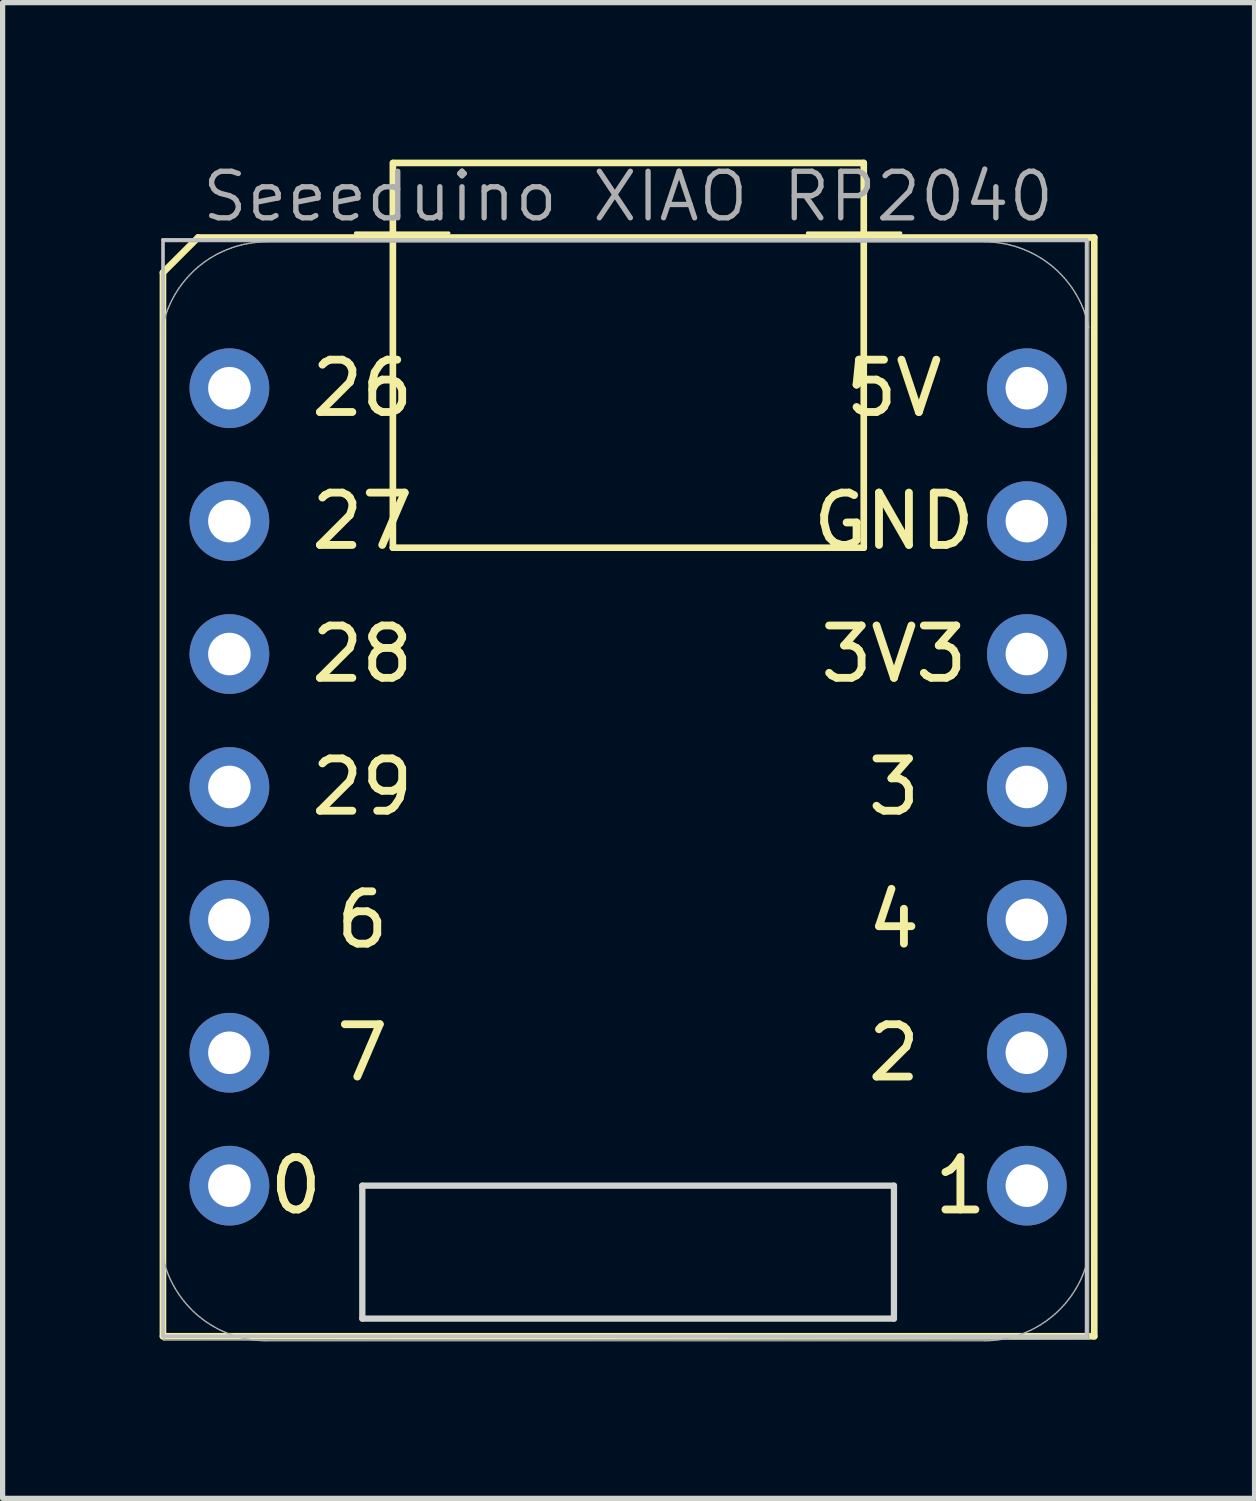
<source format=kicad_pcb>
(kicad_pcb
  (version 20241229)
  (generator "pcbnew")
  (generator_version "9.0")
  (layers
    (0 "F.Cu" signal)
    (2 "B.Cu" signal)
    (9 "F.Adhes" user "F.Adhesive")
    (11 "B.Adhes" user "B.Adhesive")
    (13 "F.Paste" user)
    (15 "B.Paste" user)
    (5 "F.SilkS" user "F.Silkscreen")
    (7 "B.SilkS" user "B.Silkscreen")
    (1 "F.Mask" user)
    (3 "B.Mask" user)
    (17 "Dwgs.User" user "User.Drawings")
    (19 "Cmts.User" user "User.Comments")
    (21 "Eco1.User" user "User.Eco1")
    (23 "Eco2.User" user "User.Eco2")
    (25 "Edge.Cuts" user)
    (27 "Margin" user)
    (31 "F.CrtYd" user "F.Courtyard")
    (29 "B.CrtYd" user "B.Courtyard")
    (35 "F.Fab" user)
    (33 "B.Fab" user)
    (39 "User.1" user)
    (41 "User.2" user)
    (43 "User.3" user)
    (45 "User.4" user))
  (footprint "Seeeduino XIAO RP2040"
    (layer "F.Cu")
    (at 8.954 11.989)
    (property "Reference" "Seeeduino XIAO RP2040" (at 0 -11.283 0) (layer "F.Fab") (effects (font (size 0.889 0.889) (thickness 0.102))))
    (attr smd)
    (fp_line (start -8.89 -9.83) (end -8.89 10.498) (stroke (width 0.127) (type solid)) (layer "F.SilkS"))
    (fp_line (start -8.89 10.498) (end 8.908 10.498) (stroke (width 0.127) (type solid)) (layer "F.SilkS"))
    (fp_line (start -8.219 -10.5) (end -8.89 -9.83) (stroke (width 0.127) (type solid)) (layer "F.SilkS"))
    (fp_line (start -5.207 -10.584) (end -3.429 -10.584) (stroke (width 0.066) (type solid)) (layer "F.SilkS"))
    (fp_line (start -4.496 -4.572) (end -4.496 -11.925) (stroke (width 0.127) (type solid)) (layer "F.SilkS"))
    (fp_line (start -4.491 -11.925) (end 4.503 -11.925) (stroke (width 0.127) (type solid)) (layer "F.SilkS"))
    (fp_line (start 3.429 -10.584) (end 5.207 -10.584) (stroke (width 0.066) (type solid)) (layer "F.SilkS"))
    (fp_line (start 4.503 -11.925) (end 4.503 -4.572) (stroke (width 0.127) (type solid)) (layer "F.SilkS"))
    (fp_line (start 4.503 -4.572) (end -4.496 -4.572) (stroke (width 0.127) (type solid)) (layer "F.SilkS"))
    (fp_line (start 8.908 -10.5) (end -8.219 -10.5) (stroke (width 0.127) (type solid)) (layer "F.SilkS"))
    (fp_line (start 8.908 10.498) (end 8.908 -10.5) (stroke (width 0.127) (type solid)) (layer "F.SilkS"))
    (fp_line (start -8.89 -10.457) (end 8.76 -10.457) (stroke (width 0.066) (type solid)) (layer "Dwgs.User"))
    (fp_line (start -8.89 10.498) (end -8.89 -10.457) (stroke (width 0.066) (type solid)) (layer "Dwgs.User"))
    (fp_line (start -8.89 10.498) (end 8.76 10.498) (stroke (width 0.066) (type solid)) (layer "Dwgs.User"))
    (fp_line (start 8.76 10.498) (end 8.76 -10.457) (stroke (width 0.066) (type solid)) (layer "Dwgs.User"))
    (fp_line (start -5.08 7.62) (end -5.08 10.16) (stroke (width 0.12) (type solid)) (layer "Edge.Cuts"))
    (fp_line (start -5.08 10.16) (end 5.08 10.16) (stroke (width 0.12) (type solid)) (layer "Edge.Cuts"))
    (fp_line (start 5.08 7.62) (end -5.08 7.62) (stroke (width 0.12) (type solid)) (layer "Edge.Cuts"))
    (fp_line (start 5.08 10.16) (end 5.08 7.62) (stroke (width 0.12) (type solid)) (layer "Edge.Cuts"))
    (fp_line (start -8.9 -8.775) (end -8.909 -8.726) (stroke (width 0.025) (type solid)) (layer "F.Fab"))
    (fp_line (start -8.9 8.942) (end -8.89 8.99) (stroke (width 0.025) (type solid)) (layer "F.Fab"))
    (fp_line (start -8.89 -8.823) (end -8.9 -8.775) (stroke (width 0.025) (type solid)) (layer "F.Fab"))
    (fp_line (start -8.89 8.99) (end -8.879 9.038) (stroke (width 0.025) (type solid)) (layer "F.Fab"))
    (fp_line (start -8.879 -8.871) (end -8.89 -8.823) (stroke (width 0.025) (type solid)) (layer "F.Fab"))
    (fp_line (start -8.879 9.038) (end -8.867 9.086) (stroke (width 0.025) (type solid)) (layer "F.Fab"))
    (fp_line (start -8.873 -10.421) (end 8.804 -10.421) (stroke (width 0.025) (type solid)) (layer "F.Fab"))
    (fp_line (start -8.873 10.571) (end -8.873 -10.421) (stroke (width 0.025) (type solid)) (layer "F.Fab"))
    (fp_line (start -8.873 10.571) (end 8.804 10.55) (stroke (width 0.025) (type solid)) (layer "F.Fab"))
    (fp_line (start -8.867 -8.918) (end -8.879 -8.871) (stroke (width 0.025) (type solid)) (layer "F.Fab"))
    (fp_line (start -8.867 9.086) (end -8.853 9.133) (stroke (width 0.025) (type solid)) (layer "F.Fab"))
    (fp_line (start -8.853 -8.965) (end -8.867 -8.918) (stroke (width 0.025) (type solid)) (layer "F.Fab"))
    (fp_line (start -8.853 9.133) (end -8.839 9.18) (stroke (width 0.025) (type solid)) (layer "F.Fab"))
    (fp_line (start -8.839 -9.012) (end -8.853 -8.965) (stroke (width 0.025) (type solid)) (layer "F.Fab"))
    (fp_line (start -8.839 9.18) (end -8.823 9.226) (stroke (width 0.025) (type solid)) (layer "F.Fab"))
    (fp_line (start -8.823 -9.059) (end -8.839 -9.012) (stroke (width 0.025) (type solid)) (layer "F.Fab"))
    (fp_line (start -8.823 9.226) (end -8.806 9.272) (stroke (width 0.025) (type solid)) (layer "F.Fab"))
    (fp_line (start -8.806 -9.105) (end -8.823 -9.059) (stroke (width 0.025) (type solid)) (layer "F.Fab"))
    (fp_line (start -8.806 9.272) (end -8.788 9.318) (stroke (width 0.025) (type solid)) (layer "F.Fab"))
    (fp_line (start -8.788 -9.151) (end -8.806 -9.105) (stroke (width 0.025) (type solid)) (layer "F.Fab"))
    (fp_line (start -8.788 9.318) (end -8.769 9.363) (stroke (width 0.025) (type solid)) (layer "F.Fab"))
    (fp_line (start -8.769 -9.196) (end -8.788 -9.151) (stroke (width 0.025) (type solid)) (layer "F.Fab"))
    (fp_line (start -8.769 9.363) (end -8.749 9.408) (stroke (width 0.025) (type solid)) (layer "F.Fab"))
    (fp_line (start -8.749 -9.241) (end -8.769 -9.196) (stroke (width 0.025) (type solid)) (layer "F.Fab"))
    (fp_line (start -8.749 9.408) (end -8.728 9.452) (stroke (width 0.025) (type solid)) (layer "F.Fab"))
    (fp_line (start -8.728 -9.285) (end -8.749 -9.241) (stroke (width 0.025) (type solid)) (layer "F.Fab"))
    (fp_line (start -8.728 9.452) (end -8.706 9.496) (stroke (width 0.025) (type solid)) (layer "F.Fab"))
    (fp_line (start -8.706 -9.329) (end -8.728 -9.285) (stroke (width 0.025) (type solid)) (layer "F.Fab"))
    (fp_line (start -8.706 9.496) (end -8.682 9.539) (stroke (width 0.025) (type solid)) (layer "F.Fab"))
    (fp_line (start -8.682 -9.372) (end -8.706 -9.329) (stroke (width 0.025) (type solid)) (layer "F.Fab"))
    (fp_line (start -8.682 9.539) (end -8.658 9.582) (stroke (width 0.025) (type solid)) (layer "F.Fab"))
    (fp_line (start -8.658 -9.415) (end -8.682 -9.372) (stroke (width 0.025) (type solid)) (layer "F.Fab"))
    (fp_line (start -8.658 9.582) (end -8.632 9.624) (stroke (width 0.025) (type solid)) (layer "F.Fab"))
    (fp_line (start -8.632 -9.456) (end -8.658 -9.415) (stroke (width 0.025) (type solid)) (layer "F.Fab"))
    (fp_line (start -8.632 9.624) (end -8.606 9.665) (stroke (width 0.025) (type solid)) (layer "F.Fab"))
    (fp_line (start -8.606 -9.498) (end -8.632 -9.456) (stroke (width 0.025) (type solid)) (layer "F.Fab"))
    (fp_line (start -8.606 9.665) (end -8.579 9.706) (stroke (width 0.025) (type solid)) (layer "F.Fab"))
    (fp_line (start -8.579 -9.539) (end -8.606 -9.498) (stroke (width 0.025) (type solid)) (layer "F.Fab"))
    (fp_line (start -8.579 9.706) (end -8.55 9.746) (stroke (width 0.025) (type solid)) (layer "F.Fab"))
    (fp_line (start -8.55 -9.579) (end -8.579 -9.539) (stroke (width 0.025) (type solid)) (layer "F.Fab"))
    (fp_line (start -8.55 9.746) (end -8.521 9.785) (stroke (width 0.025) (type solid)) (layer "F.Fab"))
    (fp_line (start -8.521 -9.618) (end -8.55 -9.579) (stroke (width 0.025) (type solid)) (layer "F.Fab"))
    (fp_line (start -8.521 9.785) (end -8.49 9.824) (stroke (width 0.025) (type solid)) (layer "F.Fab"))
    (fp_line (start -8.49 -9.657) (end -8.521 -9.618) (stroke (width 0.025) (type solid)) (layer "F.Fab"))
    (fp_line (start -8.49 9.824) (end -8.459 9.862) (stroke (width 0.025) (type solid)) (layer "F.Fab"))
    (fp_line (start -8.459 -9.695) (end -8.49 -9.657) (stroke (width 0.025) (type solid)) (layer "F.Fab"))
    (fp_line (start -8.459 9.862) (end -8.427 9.899) (stroke (width 0.025) (type solid)) (layer "F.Fab"))
    (fp_line (start -8.427 -9.732) (end -8.459 -9.695) (stroke (width 0.025) (type solid)) (layer "F.Fab"))
    (fp_line (start -8.427 9.899) (end -8.394 9.935) (stroke (width 0.025) (type solid)) (layer "F.Fab"))
    (fp_line (start -8.394 -9.768) (end -8.427 -9.732) (stroke (width 0.025) (type solid)) (layer "F.Fab"))
    (fp_line (start -8.394 9.935) (end -8.36 9.971) (stroke (width 0.025) (type solid)) (layer "F.Fab"))
    (fp_line (start -8.36 -9.804) (end -8.394 -9.768) (stroke (width 0.025) (type solid)) (layer "F.Fab"))
    (fp_line (start -8.36 9.971) (end -8.326 10.006) (stroke (width 0.025) (type solid)) (layer "F.Fab"))
    (fp_line (start -8.326 -9.838) (end -8.36 -9.804) (stroke (width 0.025) (type solid)) (layer "F.Fab"))
    (fp_line (start -8.326 10.006) (end -8.29 10.04) (stroke (width 0.025) (type solid)) (layer "F.Fab"))
    (fp_line (start -8.29 -9.872) (end -8.326 -9.838) (stroke (width 0.025) (type solid)) (layer "F.Fab"))
    (fp_line (start -8.29 10.04) (end -8.254 10.073) (stroke (width 0.025) (type solid)) (layer "F.Fab"))
    (fp_line (start -8.254 -9.905) (end -8.29 -9.872) (stroke (width 0.025) (type solid)) (layer "F.Fab"))
    (fp_line (start -8.254 10.073) (end -8.217 10.105) (stroke (width 0.025) (type solid)) (layer "F.Fab"))
    (fp_line (start -8.217 -9.938) (end -8.254 -9.905) (stroke (width 0.025) (type solid)) (layer "F.Fab"))
    (fp_line (start -8.217 10.105) (end -8.178 10.136) (stroke (width 0.025) (type solid)) (layer "F.Fab"))
    (fp_line (start -8.178 -9.969) (end -8.217 -9.938) (stroke (width 0.025) (type solid)) (layer "F.Fab"))
    (fp_line (start -8.178 10.136) (end -8.14 10.166) (stroke (width 0.025) (type solid)) (layer "F.Fab"))
    (fp_line (start -8.14 -9.999) (end -8.178 -9.969) (stroke (width 0.025) (type solid)) (layer "F.Fab"))
    (fp_line (start -8.14 10.166) (end -8.101 10.196) (stroke (width 0.025) (type solid)) (layer "F.Fab"))
    (fp_line (start -8.101 -10.028) (end -8.14 -9.999) (stroke (width 0.025) (type solid)) (layer "F.Fab"))
    (fp_line (start -8.101 10.196) (end -8.061 10.224) (stroke (width 0.025) (type solid)) (layer "F.Fab"))
    (fp_line (start -8.061 -10.057) (end -8.101 -10.028) (stroke (width 0.025) (type solid)) (layer "F.Fab"))
    (fp_line (start -8.061 10.224) (end -8.02 10.251) (stroke (width 0.025) (type solid)) (layer "F.Fab"))
    (fp_line (start -8.02 -10.084) (end -8.061 -10.057) (stroke (width 0.025) (type solid)) (layer "F.Fab"))
    (fp_line (start -8.02 10.251) (end -7.978 10.278) (stroke (width 0.025) (type solid)) (layer "F.Fab"))
    (fp_line (start -7.978 -10.111) (end -8.02 -10.084) (stroke (width 0.025) (type solid)) (layer "F.Fab"))
    (fp_line (start -7.978 10.278) (end -7.936 10.303) (stroke (width 0.025) (type solid)) (layer "F.Fab"))
    (fp_line (start -7.936 -10.136) (end -7.978 -10.111) (stroke (width 0.025) (type solid)) (layer "F.Fab"))
    (fp_line (start -7.936 10.303) (end -7.894 10.328) (stroke (width 0.025) (type solid)) (layer "F.Fab"))
    (fp_line (start -7.894 -10.16) (end -7.936 -10.136) (stroke (width 0.025) (type solid)) (layer "F.Fab"))
    (fp_line (start -7.894 10.328) (end -7.851 10.351) (stroke (width 0.025) (type solid)) (layer "F.Fab"))
    (fp_line (start -7.851 -10.184) (end -7.894 -10.16) (stroke (width 0.025) (type solid)) (layer "F.Fab"))
    (fp_line (start -7.851 10.351) (end -7.807 10.373) (stroke (width 0.025) (type solid)) (layer "F.Fab"))
    (fp_line (start -7.807 -10.206) (end -7.851 -10.184) (stroke (width 0.025) (type solid)) (layer "F.Fab"))
    (fp_line (start -7.807 10.373) (end -7.762 10.394) (stroke (width 0.025) (type solid)) (layer "F.Fab"))
    (fp_line (start -7.762 -10.227) (end -7.807 -10.206) (stroke (width 0.025) (type solid)) (layer "F.Fab"))
    (fp_line (start -7.762 10.394) (end -7.718 10.414) (stroke (width 0.025) (type solid)) (layer "F.Fab"))
    (fp_line (start -7.718 -10.247) (end -7.762 -10.227) (stroke (width 0.025) (type solid)) (layer "F.Fab"))
    (fp_line (start -7.718 10.414) (end -7.673 10.434) (stroke (width 0.025) (type solid)) (layer "F.Fab"))
    (fp_line (start -7.673 -10.266) (end -7.718 -10.247) (stroke (width 0.025) (type solid)) (layer "F.Fab"))
    (fp_line (start -7.673 10.434) (end -7.627 10.452) (stroke (width 0.025) (type solid)) (layer "F.Fab"))
    (fp_line (start -7.627 -10.284) (end -7.673 -10.266) (stroke (width 0.025) (type solid)) (layer "F.Fab"))
    (fp_line (start -7.627 10.452) (end -7.581 10.468) (stroke (width 0.025) (type solid)) (layer "F.Fab"))
    (fp_line (start -7.581 -10.301) (end -7.627 -10.284) (stroke (width 0.025) (type solid)) (layer "F.Fab"))
    (fp_line (start -7.581 10.468) (end -7.534 10.484) (stroke (width 0.025) (type solid)) (layer "F.Fab"))
    (fp_line (start -7.534 -10.317) (end -7.581 -10.301) (stroke (width 0.025) (type solid)) (layer "F.Fab"))
    (fp_line (start -7.534 10.484) (end -7.487 10.499) (stroke (width 0.025) (type solid)) (layer "F.Fab"))
    (fp_line (start -7.487 -10.332) (end -7.534 -10.317) (stroke (width 0.025) (type solid)) (layer "F.Fab"))
    (fp_line (start -7.487 10.499) (end -7.44 10.512) (stroke (width 0.025) (type solid)) (layer "F.Fab"))
    (fp_line (start -7.44 -10.345) (end -7.487 -10.332) (stroke (width 0.025) (type solid)) (layer "F.Fab"))
    (fp_line (start -7.44 10.512) (end -7.393 10.525) (stroke (width 0.025) (type solid)) (layer "F.Fab"))
    (fp_line (start -7.393 -10.357) (end -7.44 -10.345) (stroke (width 0.025) (type solid)) (layer "F.Fab"))
    (fp_line (start -7.393 10.525) (end -7.345 10.536) (stroke (width 0.025) (type solid)) (layer "F.Fab"))
    (fp_line (start -7.345 -10.369) (end -7.393 -10.357) (stroke (width 0.025) (type solid)) (layer "F.Fab"))
    (fp_line (start -7.345 10.536) (end -7.297 10.546) (stroke (width 0.025) (type solid)) (layer "F.Fab"))
    (fp_line (start -7.297 -10.378) (end -7.345 -10.369) (stroke (width 0.025) (type solid)) (layer "F.Fab"))
    (fp_line (start -7.297 10.546) (end -7.248 10.555) (stroke (width 0.025) (type solid)) (layer "F.Fab"))
    (fp_line (start -7.248 -10.387) (end -7.297 -10.378) (stroke (width 0.025) (type solid)) (layer "F.Fab"))
    (fp_line (start -7.248 10.555) (end -7.2 10.562) (stroke (width 0.025) (type solid)) (layer "F.Fab"))
    (fp_line (start -7.2 -10.395) (end -7.248 -10.387) (stroke (width 0.025) (type solid)) (layer "F.Fab"))
    (fp_line (start -7.2 10.562) (end -7.151 10.569) (stroke (width 0.025) (type solid)) (layer "F.Fab"))
    (fp_line (start -7.151 -10.402) (end -7.2 -10.395) (stroke (width 0.025) (type solid)) (layer "F.Fab"))
    (fp_line (start -7.151 10.569) (end -7.102 10.574) (stroke (width 0.025) (type solid)) (layer "F.Fab"))
    (fp_line (start -7.102 -10.407) (end -7.151 -10.402) (stroke (width 0.025) (type solid)) (layer "F.Fab"))
    (fp_line (start -7.102 10.574) (end -7.053 10.578) (stroke (width 0.025) (type solid)) (layer "F.Fab"))
    (fp_line (start -7.053 -10.411) (end -7.102 -10.407) (stroke (width 0.025) (type solid)) (layer "F.Fab"))
    (fp_line (start -7.053 10.578) (end -7.004 10.581) (stroke (width 0.025) (type solid)) (layer "F.Fab"))
    (fp_line (start -7.004 -10.414) (end -7.053 -10.411) (stroke (width 0.025) (type solid)) (layer "F.Fab"))
    (fp_line (start -7.004 10.581) (end -6.955 10.583) (stroke (width 0.025) (type solid)) (layer "F.Fab"))
    (fp_line (start -6.955 -10.416) (end -7.004 -10.414) (stroke (width 0.025) (type solid)) (layer "F.Fab"))
    (fp_line (start -6.955 10.583) (end -6.906 10.584) (stroke (width 0.025) (type solid)) (layer "F.Fab"))
    (fp_line (start -6.906 -10.416) (end -6.955 -10.416) (stroke (width 0.025) (type solid)) (layer "F.Fab"))
    (fp_line (start -6.906 10.584) (end 6.81 10.584) (stroke (width 0.025) (type solid)) (layer "F.Fab"))
    (fp_line (start 6.81 -10.416) (end -6.906 -10.416) (stroke (width 0.025) (type solid)) (layer "F.Fab"))
    (fp_line (start 6.81 10.584) (end 6.859 10.583) (stroke (width 0.025) (type solid)) (layer "F.Fab"))
    (fp_line (start 6.859 -10.416) (end 6.81 -10.416) (stroke (width 0.025) (type solid)) (layer "F.Fab"))
    (fp_line (start 6.859 10.583) (end 6.908 10.581) (stroke (width 0.025) (type solid)) (layer "F.Fab"))
    (fp_line (start 6.908 -10.414) (end 6.859 -10.416) (stroke (width 0.025) (type solid)) (layer "F.Fab"))
    (fp_line (start 6.908 10.581) (end 6.957 10.578) (stroke (width 0.025) (type solid)) (layer "F.Fab"))
    (fp_line (start 6.957 -10.411) (end 6.908 -10.414) (stroke (width 0.025) (type solid)) (layer "F.Fab"))
    (fp_line (start 6.957 10.578) (end 7.006 10.574) (stroke (width 0.025) (type solid)) (layer "F.Fab"))
    (fp_line (start 7.006 -10.407) (end 6.957 -10.411) (stroke (width 0.025) (type solid)) (layer "F.Fab"))
    (fp_line (start 7.006 10.574) (end 7.055 10.569) (stroke (width 0.025) (type solid)) (layer "F.Fab"))
    (fp_line (start 7.055 -10.402) (end 7.006 -10.407) (stroke (width 0.025) (type solid)) (layer "F.Fab"))
    (fp_line (start 7.055 10.569) (end 7.103 10.562) (stroke (width 0.025) (type solid)) (layer "F.Fab"))
    (fp_line (start 7.103 -10.395) (end 7.055 -10.402) (stroke (width 0.025) (type solid)) (layer "F.Fab"))
    (fp_line (start 7.103 10.562) (end 7.152 10.555) (stroke (width 0.025) (type solid)) (layer "F.Fab"))
    (fp_line (start 7.152 -10.387) (end 7.103 -10.395) (stroke (width 0.025) (type solid)) (layer "F.Fab"))
    (fp_line (start 7.152 10.555) (end 7.2 10.546) (stroke (width 0.025) (type solid)) (layer "F.Fab"))
    (fp_line (start 7.2 -10.378) (end 7.152 -10.387) (stroke (width 0.025) (type solid)) (layer "F.Fab"))
    (fp_line (start 7.2 10.546) (end 7.248 10.536) (stroke (width 0.025) (type solid)) (layer "F.Fab"))
    (fp_line (start 7.248 -10.369) (end 7.2 -10.378) (stroke (width 0.025) (type solid)) (layer "F.Fab"))
    (fp_line (start 7.248 10.536) (end 7.296 10.525) (stroke (width 0.025) (type solid)) (layer "F.Fab"))
    (fp_line (start 7.296 -10.357) (end 7.248 -10.369) (stroke (width 0.025) (type solid)) (layer "F.Fab"))
    (fp_line (start 7.296 10.525) (end 7.344 10.512) (stroke (width 0.025) (type solid)) (layer "F.Fab"))
    (fp_line (start 7.344 -10.345) (end 7.296 -10.357) (stroke (width 0.025) (type solid)) (layer "F.Fab"))
    (fp_line (start 7.344 10.512) (end 7.391 10.499) (stroke (width 0.025) (type solid)) (layer "F.Fab"))
    (fp_line (start 7.391 -10.332) (end 7.344 -10.345) (stroke (width 0.025) (type solid)) (layer "F.Fab"))
    (fp_line (start 7.391 10.499) (end 7.438 10.484) (stroke (width 0.025) (type solid)) (layer "F.Fab"))
    (fp_line (start 7.438 -10.317) (end 7.391 -10.332) (stroke (width 0.025) (type solid)) (layer "F.Fab"))
    (fp_line (start 7.438 10.484) (end 7.484 10.468) (stroke (width 0.025) (type solid)) (layer "F.Fab"))
    (fp_line (start 7.484 -10.301) (end 7.438 -10.317) (stroke (width 0.025) (type solid)) (layer "F.Fab"))
    (fp_line (start 7.484 10.468) (end 7.53 10.452) (stroke (width 0.025) (type solid)) (layer "F.Fab"))
    (fp_line (start 7.53 -10.284) (end 7.484 -10.301) (stroke (width 0.025) (type solid)) (layer "F.Fab"))
    (fp_line (start 7.53 10.452) (end 7.576 10.434) (stroke (width 0.025) (type solid)) (layer "F.Fab"))
    (fp_line (start 7.576 -10.266) (end 7.53 -10.284) (stroke (width 0.025) (type solid)) (layer "F.Fab"))
    (fp_line (start 7.576 10.434) (end 7.621 10.414) (stroke (width 0.025) (type solid)) (layer "F.Fab"))
    (fp_line (start 7.621 -10.247) (end 7.576 -10.266) (stroke (width 0.025) (type solid)) (layer "F.Fab"))
    (fp_line (start 7.621 10.414) (end 7.666 10.394) (stroke (width 0.025) (type solid)) (layer "F.Fab"))
    (fp_line (start 7.666 -10.227) (end 7.621 -10.247) (stroke (width 0.025) (type solid)) (layer "F.Fab"))
    (fp_line (start 7.666 10.394) (end 7.71 10.373) (stroke (width 0.025) (type solid)) (layer "F.Fab"))
    (fp_line (start 7.71 -10.206) (end 7.666 -10.227) (stroke (width 0.025) (type solid)) (layer "F.Fab"))
    (fp_line (start 7.71 10.373) (end 7.754 10.351) (stroke (width 0.025) (type solid)) (layer "F.Fab"))
    (fp_line (start 7.754 -10.184) (end 7.71 -10.206) (stroke (width 0.025) (type solid)) (layer "F.Fab"))
    (fp_line (start 7.754 10.351) (end 7.797 10.328) (stroke (width 0.025) (type solid)) (layer "F.Fab"))
    (fp_line (start 7.797 -10.16) (end 7.754 -10.184) (stroke (width 0.025) (type solid)) (layer "F.Fab"))
    (fp_line (start 7.797 10.328) (end 7.84 10.303) (stroke (width 0.025) (type solid)) (layer "F.Fab"))
    (fp_line (start 7.84 -10.136) (end 7.797 -10.16) (stroke (width 0.025) (type solid)) (layer "F.Fab"))
    (fp_line (start 7.84 10.303) (end 7.882 10.278) (stroke (width 0.025) (type solid)) (layer "F.Fab"))
    (fp_line (start 7.882 -10.111) (end 7.84 -10.136) (stroke (width 0.025) (type solid)) (layer "F.Fab"))
    (fp_line (start 7.882 10.278) (end 7.923 10.251) (stroke (width 0.025) (type solid)) (layer "F.Fab"))
    (fp_line (start 7.923 -10.084) (end 7.882 -10.111) (stroke (width 0.025) (type solid)) (layer "F.Fab"))
    (fp_line (start 7.923 10.251) (end 7.964 10.224) (stroke (width 0.025) (type solid)) (layer "F.Fab"))
    (fp_line (start 7.964 -10.057) (end 7.923 -10.084) (stroke (width 0.025) (type solid)) (layer "F.Fab"))
    (fp_line (start 7.964 10.224) (end 8.004 10.196) (stroke (width 0.025) (type solid)) (layer "F.Fab"))
    (fp_line (start 8.004 -10.028) (end 7.964 -10.057) (stroke (width 0.025) (type solid)) (layer "F.Fab"))
    (fp_line (start 8.004 10.196) (end 8.043 10.166) (stroke (width 0.025) (type solid)) (layer "F.Fab"))
    (fp_line (start 8.043 -9.999) (end 8.004 -10.028) (stroke (width 0.025) (type solid)) (layer "F.Fab"))
    (fp_line (start 8.043 10.166) (end 8.082 10.136) (stroke (width 0.025) (type solid)) (layer "F.Fab"))
    (fp_line (start 8.082 -9.969) (end 8.043 -9.999) (stroke (width 0.025) (type solid)) (layer "F.Fab"))
    (fp_line (start 8.082 10.136) (end 8.12 10.105) (stroke (width 0.025) (type solid)) (layer "F.Fab"))
    (fp_line (start 8.12 -9.938) (end 8.082 -9.969) (stroke (width 0.025) (type solid)) (layer "F.Fab"))
    (fp_line (start 8.12 10.105) (end 8.157 10.073) (stroke (width 0.025) (type solid)) (layer "F.Fab"))
    (fp_line (start 8.157 -9.905) (end 8.12 -9.938) (stroke (width 0.025) (type solid)) (layer "F.Fab"))
    (fp_line (start 8.157 10.073) (end 8.194 10.04) (stroke (width 0.025) (type solid)) (layer "F.Fab"))
    (fp_line (start 8.194 -9.872) (end 8.157 -9.905) (stroke (width 0.025) (type solid)) (layer "F.Fab"))
    (fp_line (start 8.194 10.04) (end 8.229 10.006) (stroke (width 0.025) (type solid)) (layer "F.Fab"))
    (fp_line (start 8.229 -9.838) (end 8.194 -9.872) (stroke (width 0.025) (type solid)) (layer "F.Fab"))
    (fp_line (start 8.229 10.006) (end 8.264 9.971) (stroke (width 0.025) (type solid)) (layer "F.Fab"))
    (fp_line (start 8.264 -9.804) (end 8.229 -9.838) (stroke (width 0.025) (type solid)) (layer "F.Fab"))
    (fp_line (start 8.264 9.971) (end 8.298 9.935) (stroke (width 0.025) (type solid)) (layer "F.Fab"))
    (fp_line (start 8.298 -9.768) (end 8.264 -9.804) (stroke (width 0.025) (type solid)) (layer "F.Fab"))
    (fp_line (start 8.298 9.935) (end 8.331 9.899) (stroke (width 0.025) (type solid)) (layer "F.Fab"))
    (fp_line (start 8.331 -9.732) (end 8.298 -9.768) (stroke (width 0.025) (type solid)) (layer "F.Fab"))
    (fp_line (start 8.331 9.899) (end 8.363 9.862) (stroke (width 0.025) (type solid)) (layer "F.Fab"))
    (fp_line (start 8.363 -9.695) (end 8.331 -9.732) (stroke (width 0.025) (type solid)) (layer "F.Fab"))
    (fp_line (start 8.363 9.862) (end 8.394 9.824) (stroke (width 0.025) (type solid)) (layer "F.Fab"))
    (fp_line (start 8.394 -9.657) (end 8.363 -9.695) (stroke (width 0.025) (type solid)) (layer "F.Fab"))
    (fp_line (start 8.394 9.824) (end 8.424 9.785) (stroke (width 0.025) (type solid)) (layer "F.Fab"))
    (fp_line (start 8.424 -9.618) (end 8.394 -9.657) (stroke (width 0.025) (type solid)) (layer "F.Fab"))
    (fp_line (start 8.424 9.785) (end 8.454 9.746) (stroke (width 0.025) (type solid)) (layer "F.Fab"))
    (fp_line (start 8.454 -9.579) (end 8.424 -9.618) (stroke (width 0.025) (type solid)) (layer "F.Fab"))
    (fp_line (start 8.454 9.746) (end 8.482 9.706) (stroke (width 0.025) (type solid)) (layer "F.Fab"))
    (fp_line (start 8.482 -9.539) (end 8.454 -9.579) (stroke (width 0.025) (type solid)) (layer "F.Fab"))
    (fp_line (start 8.482 9.706) (end 8.51 9.665) (stroke (width 0.025) (type solid)) (layer "F.Fab"))
    (fp_line (start 8.51 -9.498) (end 8.482 -9.539) (stroke (width 0.025) (type solid)) (layer "F.Fab"))
    (fp_line (start 8.51 9.665) (end 8.536 9.624) (stroke (width 0.025) (type solid)) (layer "F.Fab"))
    (fp_line (start 8.536 -9.456) (end 8.51 -9.498) (stroke (width 0.025) (type solid)) (layer "F.Fab"))
    (fp_line (start 8.536 9.624) (end 8.561 9.582) (stroke (width 0.025) (type solid)) (layer "F.Fab"))
    (fp_line (start 8.561 -9.415) (end 8.536 -9.456) (stroke (width 0.025) (type solid)) (layer "F.Fab"))
    (fp_line (start 8.561 9.582) (end 8.586 9.539) (stroke (width 0.025) (type solid)) (layer "F.Fab"))
    (fp_line (start 8.586 -9.372) (end 8.561 -9.415) (stroke (width 0.025) (type solid)) (layer "F.Fab"))
    (fp_line (start 8.586 9.539) (end 8.609 9.496) (stroke (width 0.025) (type solid)) (layer "F.Fab"))
    (fp_line (start 8.609 -9.329) (end 8.586 -9.372) (stroke (width 0.025) (type solid)) (layer "F.Fab"))
    (fp_line (start 8.609 9.496) (end 8.631 9.452) (stroke (width 0.025) (type solid)) (layer "F.Fab"))
    (fp_line (start 8.631 -9.285) (end 8.609 -9.329) (stroke (width 0.025) (type solid)) (layer "F.Fab"))
    (fp_line (start 8.631 9.452) (end 8.653 9.408) (stroke (width 0.025) (type solid)) (layer "F.Fab"))
    (fp_line (start 8.653 -9.241) (end 8.631 -9.285) (stroke (width 0.025) (type solid)) (layer "F.Fab"))
    (fp_line (start 8.653 9.408) (end 8.673 9.363) (stroke (width 0.025) (type solid)) (layer "F.Fab"))
    (fp_line (start 8.673 -9.196) (end 8.653 -9.241) (stroke (width 0.025) (type solid)) (layer "F.Fab"))
    (fp_line (start 8.673 9.363) (end 8.692 9.318) (stroke (width 0.025) (type solid)) (layer "F.Fab"))
    (fp_line (start 8.692 -9.151) (end 8.673 -9.196) (stroke (width 0.025) (type solid)) (layer "F.Fab"))
    (fp_line (start 8.692 9.318) (end 8.71 9.272) (stroke (width 0.025) (type solid)) (layer "F.Fab"))
    (fp_line (start 8.71 -9.105) (end 8.692 -9.151) (stroke (width 0.025) (type solid)) (layer "F.Fab"))
    (fp_line (start 8.71 9.272) (end 8.726 9.226) (stroke (width 0.025) (type solid)) (layer "F.Fab"))
    (fp_line (start 8.726 -9.059) (end 8.71 -9.105) (stroke (width 0.025) (type solid)) (layer "F.Fab"))
    (fp_line (start 8.726 9.226) (end 8.742 9.18) (stroke (width 0.025) (type solid)) (layer "F.Fab"))
    (fp_line (start 8.742 -9.012) (end 8.726 -9.059) (stroke (width 0.025) (type solid)) (layer "F.Fab"))
    (fp_line (start 8.742 9.18) (end 8.757 9.133) (stroke (width 0.025) (type solid)) (layer "F.Fab"))
    (fp_line (start 8.757 -8.965) (end 8.742 -9.012) (stroke (width 0.025) (type solid)) (layer "F.Fab"))
    (fp_line (start 8.77 -8.918) (end 8.757 -8.965) (stroke (width 0.025) (type solid)) (layer "F.Fab"))
    (fp_line (start 8.783 -8.871) (end 8.77 -8.918) (stroke (width 0.025) (type solid)) (layer "F.Fab"))
    (fp_line (start 8.794 -8.823) (end 8.783 -8.871) (stroke (width 0.025) (type solid)) (layer "F.Fab"))
    (fp_line (start 8.801 10.55) (end 8.804 -10.421) (stroke (width 0.025) (type solid)) (layer "F.Fab"))
    (fp_line (start 8.804 -8.775) (end 8.794 -8.823) (stroke (width 0.025) (type solid)) (layer "F.Fab"))
    (fp_text user "26" (at -5.08 -7.62 0) (unlocked yes) (layer "F.SilkS") (effects (font (size 1 1) (thickness 0.15))))
    (fp_text user "4" (at 5.08 2.54 0) (unlocked yes) (layer "F.SilkS") (effects (font (size 1 1) (thickness 0.15))))
    (fp_text user "3" (at 5.08 0 0) (unlocked yes) (layer "F.SilkS") (effects (font (size 1 1) (thickness 0.15))))
    (fp_text user "1" (at 6.35 7.62 0) (unlocked yes) (layer "F.SilkS") (effects (font (size 1 1) (thickness 0.15))))
    (fp_text user "29" (at -5.08 0 0) (unlocked yes) (layer "F.SilkS") (effects (font (size 1 1) (thickness 0.15))))
    (fp_text user "GND" (at 5.08 -5.08 0) (unlocked yes) (layer "F.SilkS") (effects (font (size 1 1) (thickness 0.15))))
    (fp_text user "6" (at -5.08 2.54 0) (unlocked yes) (layer "F.SilkS") (effects (font (size 1 1) (thickness 0.15))))
    (fp_text user "3V3" (at 5.08 -2.54 0) (unlocked yes) (layer "F.SilkS") (effects (font (size 1 1) (thickness 0.15))))
    (fp_text user "28" (at -5.08 -2.54 0) (unlocked yes) (layer "F.SilkS") (effects (font (size 1 1) (thickness 0.15))))
    (fp_text user "0" (at -6.35 7.62 0) (unlocked yes) (layer "F.SilkS") (effects (font (size 1 1) (thickness 0.15))))
    (fp_text user "5V" (at 5.08 -7.62 0) (unlocked yes) (layer "F.SilkS") (effects (font (size 1 1) (thickness 0.15))))
    (fp_text user "27" (at -5.08 -5.08 0) (unlocked yes) (layer "F.SilkS") (effects (font (size 1 1) (thickness 0.15))))
    (fp_text user "2" (at 5.08 5.08 0) (unlocked yes) (layer "F.SilkS") (effects (font (size 1 1) (thickness 0.15))))
    (fp_text user "7" (at -5.08 5.08 0) (unlocked yes) (layer "F.SilkS") (effects (font (size 1 1) (thickness 0.15))))
    (pad "1" thru_hole circle (at -7.62 -7.62 270) (size 1.524 1.524) (drill 0.813) (layers "*.Cu" "*.Mask"))
    (pad "2" thru_hole circle (at -7.62 -5.08 270) (size 1.524 1.524) (drill 0.813) (layers "*.Cu" "*.Mask"))
    (pad "3" thru_hole circle (at -7.62 -2.54 270) (size 1.524 1.524) (drill 0.813) (layers "*.Cu" "*.Mask"))
    (pad "4" thru_hole circle (at -7.62 0 270) (size 1.524 1.524) (drill 0.813) (layers "*.Cu" "*.Mask"))
    (pad "5" thru_hole circle (at -7.62 2.54 270) (size 1.524 1.524) (drill 0.813) (layers "*.Cu" "*.Mask"))
    (pad "6" thru_hole circle (at -7.62 5.08 270) (size 1.524 1.524) (drill 0.813) (layers "*.Cu" "*.Mask"))
    (pad "7" thru_hole circle (at -7.62 7.62 270) (size 1.524 1.524) (drill 0.813) (layers "*.Cu" "*.Mask"))
    (pad "8" thru_hole circle (at 7.62 7.62 270) (size 1.524 1.524) (drill 0.813) (layers "*.Cu" "*.Mask"))
    (pad "9" thru_hole circle (at 7.62 5.08 270) (size 1.524 1.524) (drill 0.813) (layers "*.Cu" "*.Mask"))
    (pad "10" thru_hole circle (at 7.62 2.54 270) (size 1.524 1.524) (drill 0.813) (layers "*.Cu" "*.Mask"))
    (pad "11" thru_hole circle (at 7.62 0 270) (size 1.524 1.524) (drill 0.813) (layers "*.Cu" "*.Mask"))
    (pad "12" thru_hole circle (at 7.62 -2.54 270) (size 1.524 1.524) (drill 0.813) (layers "*.Cu" "*.Mask"))
    (pad "13" thru_hole circle (at 7.62 -5.08 270) (size 1.524 1.524) (drill 0.813) (layers "*.Cu" "*.Mask"))
    (pad "14" thru_hole circle (at 7.62 -7.62 270) (size 1.524 1.524) (drill 0.813) (layers "*.Cu" "*.Mask")))
  (gr_rect
    (start -3 -3)
    (end 20.925 25.585)
    (stroke (width 0.1) (type default))
    (fill no)
    (layer "Edge.Cuts")))
</source>
